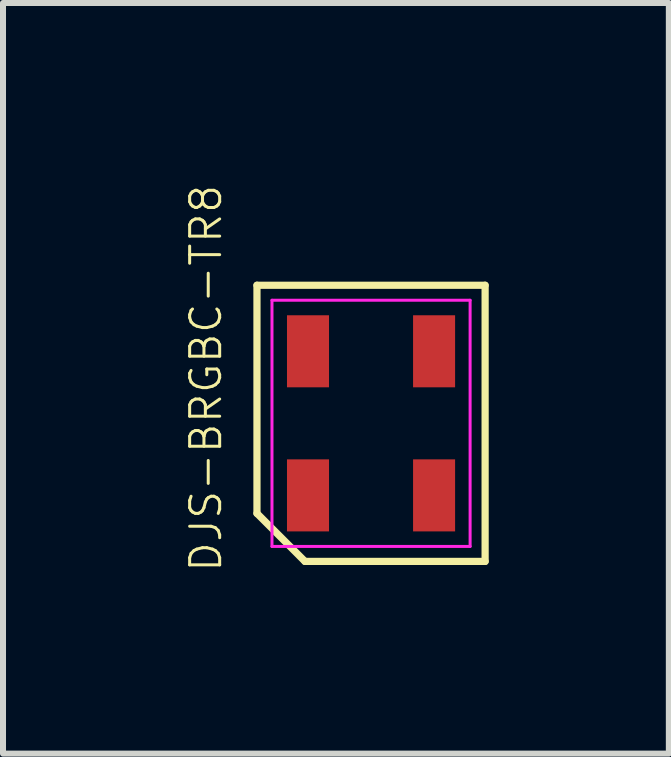
<source format=kicad_pcb>
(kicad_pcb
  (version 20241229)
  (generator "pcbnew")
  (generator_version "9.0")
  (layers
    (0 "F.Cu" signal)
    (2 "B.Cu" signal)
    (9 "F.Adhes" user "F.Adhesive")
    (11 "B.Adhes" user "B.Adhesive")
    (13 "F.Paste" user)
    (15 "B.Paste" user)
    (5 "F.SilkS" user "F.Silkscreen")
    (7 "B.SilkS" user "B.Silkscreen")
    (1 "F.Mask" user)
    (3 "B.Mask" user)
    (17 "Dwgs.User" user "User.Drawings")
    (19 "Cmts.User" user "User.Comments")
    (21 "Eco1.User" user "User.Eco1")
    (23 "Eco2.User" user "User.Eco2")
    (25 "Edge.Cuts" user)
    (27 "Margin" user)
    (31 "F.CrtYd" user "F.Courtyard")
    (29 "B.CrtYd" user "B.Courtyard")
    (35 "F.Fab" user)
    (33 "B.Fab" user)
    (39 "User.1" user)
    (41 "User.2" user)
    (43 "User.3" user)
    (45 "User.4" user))
  (footprint "DJS-BRGBC-TR8"
    (layer "F.Cu")
    (at 3.13 4.001)
    (property "Reference" "DJS-BRGBC-TR8" (at -2.75 -0.75 270) (layer "F.SilkS") (effects (font (size 0.5 0.5) (thickness 0.05))))
    (attr smd)
    (fp_line (start -1.9 -2.3) (end 1.9 -2.3) (stroke (width 0.12) (type solid)) (layer "F.SilkS"))
    (fp_line (start -1.9 1.5) (end -1.9 -2.3) (stroke (width 0.12) (type solid)) (layer "F.SilkS"))
    (fp_line (start -1.1 2.3) (end -1.9 1.5) (stroke (width 0.12) (type solid)) (layer "F.SilkS"))
    (fp_line (start 1.9 -2.3) (end 1.9 2.3) (stroke (width 0.12) (type solid)) (layer "F.SilkS"))
    (fp_line (start 1.9 2.3) (end -1.1 2.3) (stroke (width 0.12) (type solid)) (layer "F.SilkS"))
    (fp_line (start -1.65 -2.05) (end 1.65 -2.05) (stroke (width 0.05) (type solid)) (layer "F.CrtYd"))
    (fp_line (start -1.65 2.05) (end -1.65 -2.05) (stroke (width 0.05) (type solid)) (layer "F.CrtYd"))
    (fp_line (start 1.65 -2.05) (end 1.65 2.05) (stroke (width 0.05) (type solid)) (layer "F.CrtYd"))
    (fp_line (start 1.65 2.05) (end -1.65 2.05) (stroke (width 0.05) (type solid)) (layer "F.CrtYd"))
    (pad "1" smd rect (at -1.05 1.2) (size 0.7 1.2) (layers "F.Cu" "F.Mask" "F.Paste"))
    (pad "2" smd rect (at -1.05 -1.2) (size 0.7 1.2) (layers "F.Cu" "F.Mask" "F.Paste"))
    (pad "3" smd rect (at 1.05 -1.2) (size 0.7 1.2) (layers "F.Cu" "F.Mask" "F.Paste"))
    (pad "4" smd rect (at 1.05 1.2) (size 0.7 1.2) (layers "F.Cu" "F.Mask" "F.Paste")))
  (gr_rect
    (start -3 -3)
    (end 8.09 9.502)
    (stroke (width 0.1) (type default))
    (fill no)
    (layer "Edge.Cuts")))
</source>
